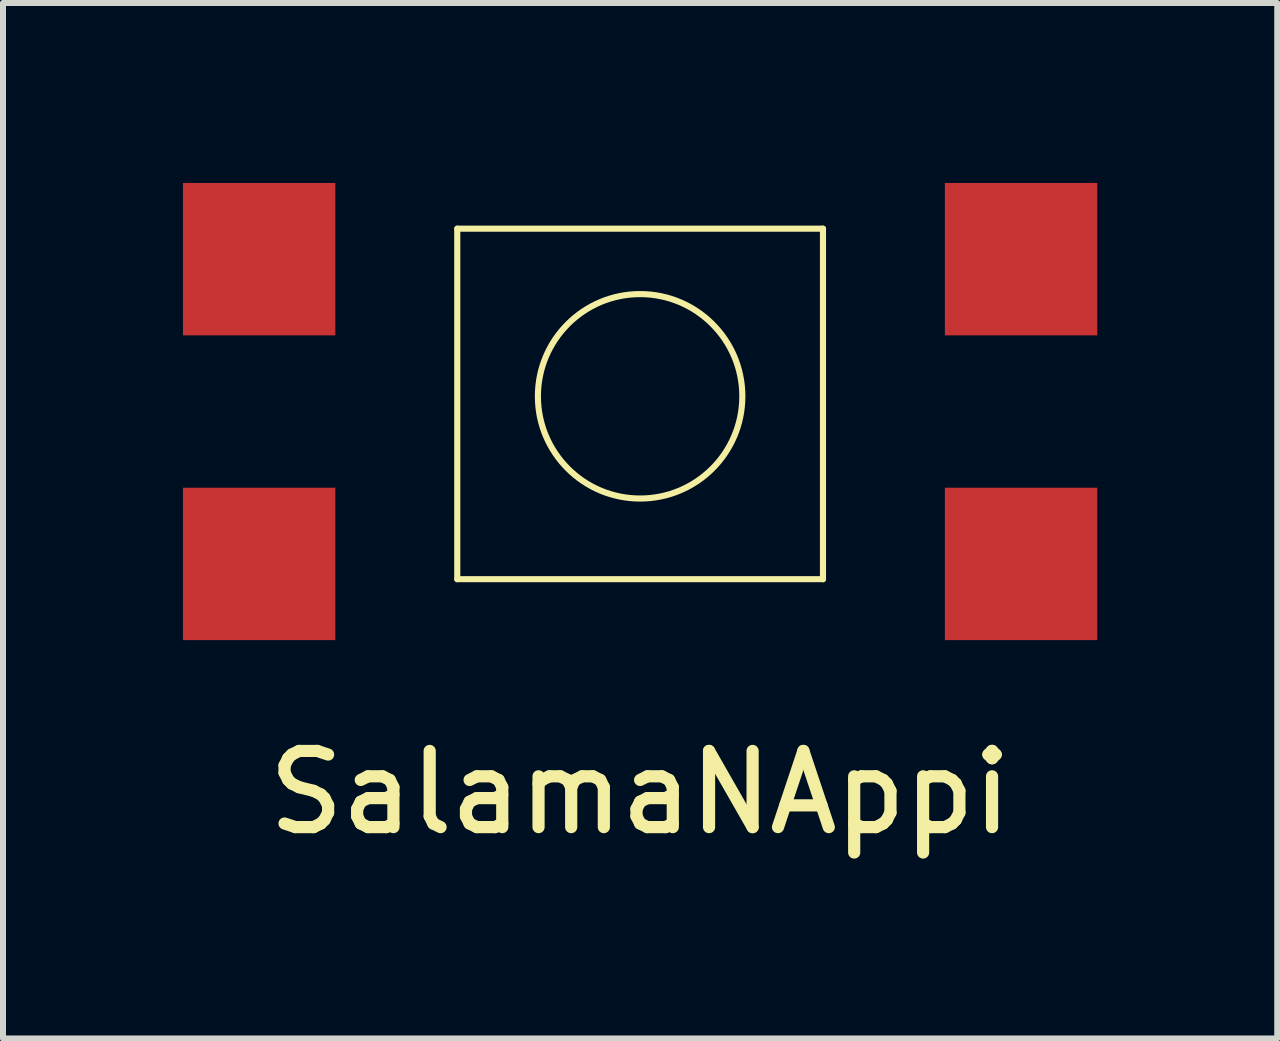
<source format=kicad_pcb>
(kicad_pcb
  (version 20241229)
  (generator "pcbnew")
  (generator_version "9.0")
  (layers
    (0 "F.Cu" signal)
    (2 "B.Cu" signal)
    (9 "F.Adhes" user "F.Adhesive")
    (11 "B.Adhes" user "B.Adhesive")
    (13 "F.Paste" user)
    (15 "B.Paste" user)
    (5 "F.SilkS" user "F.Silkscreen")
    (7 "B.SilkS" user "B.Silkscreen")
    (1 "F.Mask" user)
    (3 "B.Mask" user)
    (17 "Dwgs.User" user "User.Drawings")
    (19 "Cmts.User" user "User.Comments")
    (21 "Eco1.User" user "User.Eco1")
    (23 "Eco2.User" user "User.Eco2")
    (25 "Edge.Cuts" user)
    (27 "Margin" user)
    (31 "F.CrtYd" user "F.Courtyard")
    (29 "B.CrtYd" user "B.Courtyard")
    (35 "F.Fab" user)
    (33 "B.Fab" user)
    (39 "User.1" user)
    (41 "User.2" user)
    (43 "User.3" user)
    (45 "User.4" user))
  (footprint "SalamaNAppi"
    (layer "F.Cu")
    (at 7.62 3.81)
    (property "Reference" "SalamaNAppi" (at 0 6.35 0) (layer "F.SilkS") (effects (font (size 1.27 1.27) (thickness 0.203))))
    (attr through_hole)
    (fp_line (start -3.048 -3.048) (end -3.048 2.794) (stroke (width 0.102) (type solid)) (layer "F.SilkS"))
    (fp_line (start -3.048 2.794) (end 3.048 2.794) (stroke (width 0.102) (type solid)) (layer "F.SilkS"))
    (fp_line (start 3.048 -3.048) (end -3.048 -3.048) (stroke (width 0.102) (type solid)) (layer "F.SilkS"))
    (fp_line (start 3.048 2.794) (end 3.048 -3.048) (stroke (width 0.102) (type solid)) (layer "F.SilkS"))
    (fp_circle (center 0 -0.254) (end 1.524 0.508) (stroke (width 0.102) (type solid)) (fill no) (layer "F.SilkS"))
    (pad "1" smd rect (at -6.35 -2.54) (size 2.54 2.54) (layers "F.Cu" "F.Mask" "F.Paste"))
    (pad "2" smd rect (at -6.35 2.54) (size 2.54 2.54) (layers "F.Cu" "F.Mask" "F.Paste"))
    (pad "NC" smd rect (at 6.35 -2.54) (size 2.54 2.54) (layers "F.Cu" "F.Mask" "F.Paste"))
    (pad "NC" smd rect (at 6.35 2.54) (size 2.54 2.54) (layers "F.Cu" "F.Mask" "F.Paste")))
  (gr_rect
    (start -3 -3)
    (end 18.24 14.26)
    (stroke (width 0.1) (type default))
    (fill no)
    (layer "Edge.Cuts")))
</source>
